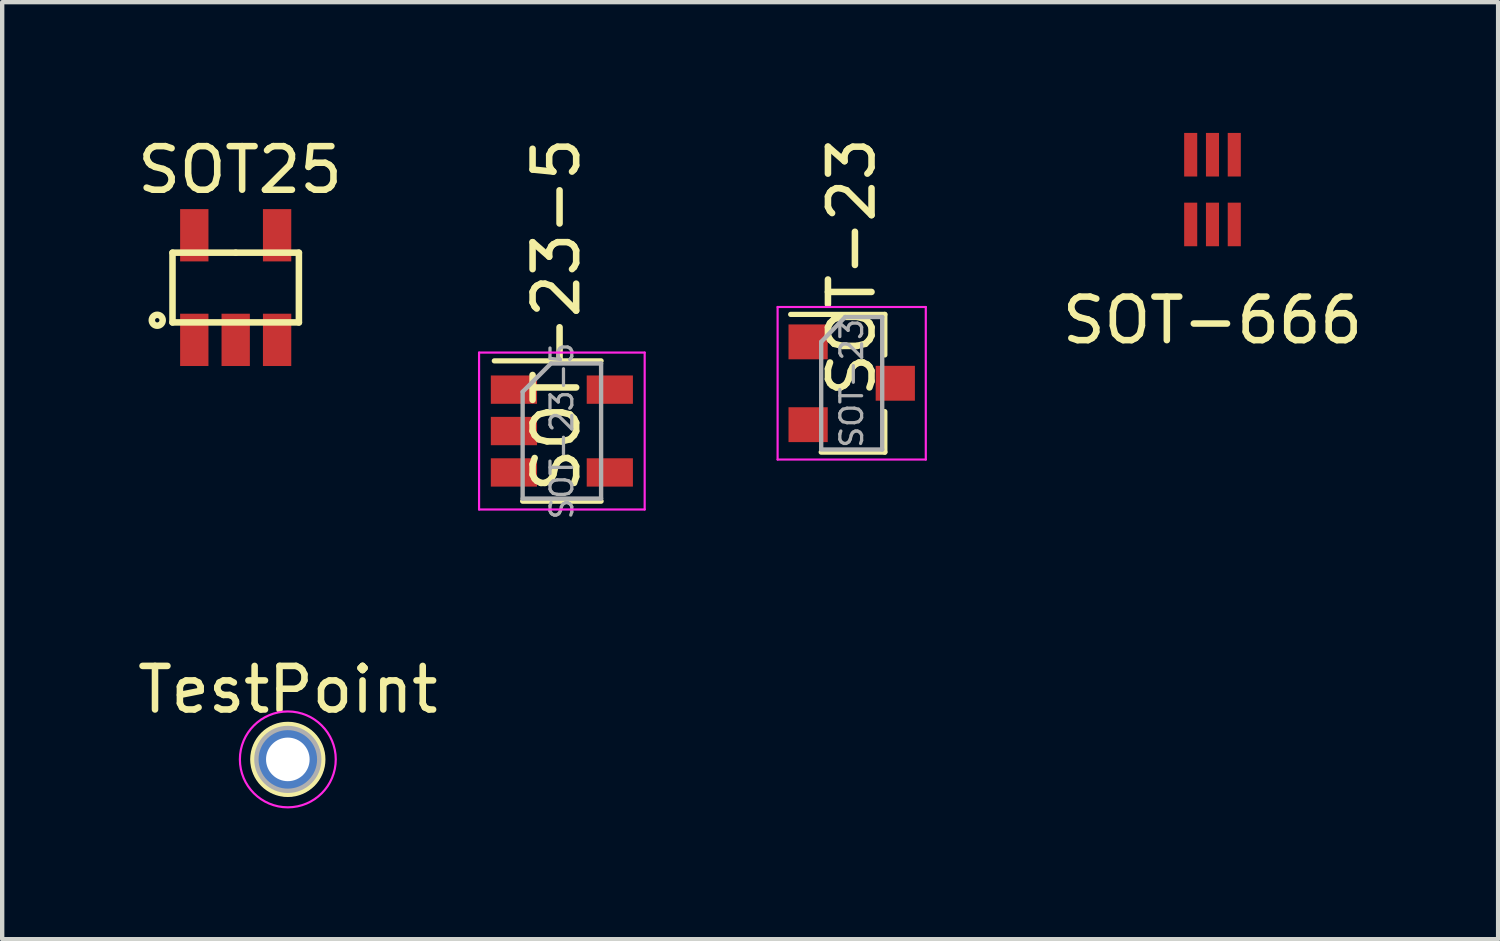
<source format=kicad_pcb>
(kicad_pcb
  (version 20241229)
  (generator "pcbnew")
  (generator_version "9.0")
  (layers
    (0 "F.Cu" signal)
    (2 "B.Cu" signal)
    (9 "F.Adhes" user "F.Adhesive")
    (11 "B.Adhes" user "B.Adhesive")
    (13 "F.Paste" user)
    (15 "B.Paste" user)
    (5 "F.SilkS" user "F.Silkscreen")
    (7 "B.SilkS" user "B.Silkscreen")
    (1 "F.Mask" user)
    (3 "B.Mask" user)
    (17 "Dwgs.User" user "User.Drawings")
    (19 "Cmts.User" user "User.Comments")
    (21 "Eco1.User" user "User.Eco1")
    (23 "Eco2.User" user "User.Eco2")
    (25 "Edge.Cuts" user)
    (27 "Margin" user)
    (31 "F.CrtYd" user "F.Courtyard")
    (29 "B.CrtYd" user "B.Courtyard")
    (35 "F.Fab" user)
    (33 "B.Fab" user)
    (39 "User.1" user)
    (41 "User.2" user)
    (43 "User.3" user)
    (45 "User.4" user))
  (footprint "SOT-666"
    (layer "F.Cu")
    (at 24.77 1.3)
    (property "Reference" "SOT-666" (at 0 3 0) (layer "F.SilkS") (effects (font (size 1 1) (thickness 0.15))))
    (attr through_hole)
    (pad "1" smd rect (at -0.5 0.8) (size 0.3 1) (layers "F.Cu" "F.Mask" "F.Paste"))
    (pad "2" smd rect (at 0 0.8) (size 0.3 1) (layers "F.Cu" "F.Mask" "F.Paste"))
    (pad "3" smd rect (at 0.5 0.8) (size 0.3 1) (layers "F.Cu" "F.Mask" "F.Paste"))
    (pad "4" smd rect (at 0.5 -0.8) (size 0.3 1) (layers "F.Cu" "F.Mask" "F.Paste"))
    (pad "5" smd rect (at 0 -0.8) (size 0.3 1) (layers "F.Cu" "F.Mask" "F.Paste"))
    (pad "6" smd rect (at -0.5 -0.8) (size 0.3 1) (layers "F.Cu" "F.Mask" "F.Paste")))
  (footprint "TestPoint"
    (layer "F.Cu")
    (at 3.554 14.374)
    (property "Reference" "TestPoint" (at 0 -1.6 0) (layer "F.SilkS") (effects (font (size 1 1) (thickness 0.15))))
    (attr through_hole)
    (fp_circle (center 0 0) (end -0.254 -0.762) (stroke (width 0.12) (type solid)) (fill no) (layer "F.SilkS"))
    (fp_circle (center 0 0) (end 1.1 0) (stroke (width 0.05) (type solid)) (fill no) (layer "F.CrtYd"))
    (fp_circle (center 0 0) (end 0.4 0.6) (stroke (width 0.1) (type solid)) (fill no) (layer "F.Fab"))
    (pad "1" thru_hole circle (at 0 0) (size 1.7 1.7) (drill 1) (layers "*.Cu" "*.Mask")))
  (footprint "SOT-23-5"
    (layer "F.Cu")
    (at 9.842 6.84)
    (property "Reference" "SOT-23-5" (at -0.127 -2.667 90) (layer "F.SilkS") (effects (font (size 1 1) (thickness 0.15))))
    (attr smd)
    (fp_line (start -0.9 1.61) (end 0.9 1.61) (stroke (width 0.12) (type solid)) (layer "F.SilkS"))
    (fp_line (start 0.9 -1.61) (end -1.55 -1.61) (stroke (width 0.12) (type solid)) (layer "F.SilkS"))
    (fp_line (start -1.9 -1.8) (end 1.9 -1.8) (stroke (width 0.05) (type solid)) (layer "F.CrtYd"))
    (fp_line (start -1.9 1.8) (end -1.9 -1.8) (stroke (width 0.05) (type solid)) (layer "F.CrtYd"))
    (fp_line (start 1.9 -1.8) (end 1.9 1.8) (stroke (width 0.05) (type solid)) (layer "F.CrtYd"))
    (fp_line (start 1.9 1.8) (end -1.9 1.8) (stroke (width 0.05) (type solid)) (layer "F.CrtYd"))
    (fp_line (start -0.9 -0.9) (end -0.9 1.55) (stroke (width 0.1) (type solid)) (layer "F.Fab"))
    (fp_line (start -0.9 -0.9) (end -0.25 -1.55) (stroke (width 0.1) (type solid)) (layer "F.Fab"))
    (fp_line (start 0.9 -1.55) (end -0.25 -1.55) (stroke (width 0.1) (type solid)) (layer "F.Fab"))
    (fp_line (start 0.9 -1.55) (end 0.9 1.55) (stroke (width 0.1) (type solid)) (layer "F.Fab"))
    (fp_line (start 0.9 1.55) (end -0.9 1.55) (stroke (width 0.1) (type solid)) (layer "F.Fab"))
    (fp_text user "${REFERENCE}" (at 0 0 90) (layer "F.Fab") (effects (font (size 0.5 0.5) (thickness 0.075))))
    (pad "1" smd rect (at -1.1 -0.95) (size 1.06 0.65) (layers "F.Cu" "F.Mask" "F.Paste"))
    (pad "2" smd rect (at -1.1 0) (size 1.06 0.65) (layers "F.Cu" "F.Mask" "F.Paste"))
    (pad "3" smd rect (at -1.1 0.95) (size 1.06 0.65) (layers "F.Cu" "F.Mask" "F.Paste"))
    (pad "4" smd rect (at 1.1 0.95) (size 1.06 0.65) (layers "F.Cu" "F.Mask" "F.Paste"))
    (pad "5" smd rect (at 1.1 -0.95) (size 1.06 0.65) (layers "F.Cu" "F.Mask" "F.Paste")))
  (footprint "SOT-23"
    (layer "F.Cu")
    (at 16.492 5.744)
    (property "Reference" "SOT-23" (at 0 -2.667 270) (layer "F.SilkS") (effects (font (size 1 1) (thickness 0.15))))
    (attr smd)
    (fp_line (start 0.76 -1.58) (end -1.4 -1.58) (stroke (width 0.12) (type solid)) (layer "F.SilkS"))
    (fp_line (start 0.76 -1.58) (end 0.76 -0.65) (stroke (width 0.12) (type solid)) (layer "F.SilkS"))
    (fp_line (start 0.76 1.58) (end -0.7 1.58) (stroke (width 0.12) (type solid)) (layer "F.SilkS"))
    (fp_line (start 0.76 1.58) (end 0.76 0.65) (stroke (width 0.12) (type solid)) (layer "F.SilkS"))
    (fp_line (start -1.7 -1.75) (end 1.7 -1.75) (stroke (width 0.05) (type solid)) (layer "F.CrtYd"))
    (fp_line (start -1.7 1.75) (end -1.7 -1.75) (stroke (width 0.05) (type solid)) (layer "F.CrtYd"))
    (fp_line (start 1.7 -1.75) (end 1.7 1.75) (stroke (width 0.05) (type solid)) (layer "F.CrtYd"))
    (fp_line (start 1.7 1.75) (end -1.7 1.75) (stroke (width 0.05) (type solid)) (layer "F.CrtYd"))
    (fp_line (start -0.7 -0.95) (end -0.7 1.5) (stroke (width 0.1) (type solid)) (layer "F.Fab"))
    (fp_line (start -0.7 -0.95) (end -0.15 -1.52) (stroke (width 0.1) (type solid)) (layer "F.Fab"))
    (fp_line (start -0.7 1.52) (end 0.7 1.52) (stroke (width 0.1) (type solid)) (layer "F.Fab"))
    (fp_line (start -0.15 -1.52) (end 0.7 -1.52) (stroke (width 0.1) (type solid)) (layer "F.Fab"))
    (fp_line (start 0.7 -1.52) (end 0.7 1.52) (stroke (width 0.1) (type solid)) (layer "F.Fab"))
    (fp_text user "${REFERENCE}" (at 0 0 90) (layer "F.Fab") (effects (font (size 0.5 0.5) (thickness 0.075))))
    (pad "1" smd rect (at -1 -0.95) (size 0.9 0.8) (layers "F.Cu" "F.Mask" "F.Paste"))
    (pad "2" smd rect (at -1 0.95) (size 0.9 0.8) (layers "F.Cu" "F.Mask" "F.Paste"))
    (pad "3" smd rect (at 1 0) (size 0.9 0.8) (layers "F.Cu" "F.Mask" "F.Paste")))
  (footprint "SOT25"
    (layer "F.Cu")
    (at 2.358 3.548)
    (property "Reference" "SOT25" (at 0.1 -2.7 0) (layer "F.SilkS") (effects (font (size 1 1) (thickness 0.15))))
    (attr smd)
    (fp_line (start -1.45 -0.8) (end -1.45 0.8) (stroke (width 0.15) (type solid)) (layer "F.SilkS"))
    (fp_line (start -1.45 0.8) (end 1.45 0.8) (stroke (width 0.15) (type solid)) (layer "F.SilkS"))
    (fp_line (start 0 -0.8) (end -1.45 -0.8) (stroke (width 0.15) (type solid)) (layer "F.SilkS"))
    (fp_line (start 1.45 -0.8) (end 0 -0.8) (stroke (width 0.15) (type solid)) (layer "F.SilkS"))
    (fp_line (start 1.45 0.8) (end 1.45 -0.8) (stroke (width 0.15) (type solid)) (layer "F.SilkS"))
    (fp_circle (center -1.8 0.75) (end -1.75 0.75) (stroke (width 0.15) (type solid)) (fill no) (layer "F.SilkS"))
    (pad "1" smd rect (at -0.95 1.2) (size 0.65 1.2) (layers "F.Cu" "F.Mask" "F.Paste"))
    (pad "2" smd rect (at 0 1.2) (size 0.65 1.2) (layers "F.Cu" "F.Mask" "F.Paste"))
    (pad "3" smd rect (at 0.95 1.2) (size 0.65 1.2) (layers "F.Cu" "F.Mask" "F.Paste"))
    (pad "4" smd rect (at 0.95 -1.2) (size 0.65 1.2) (layers "F.Cu" "F.Mask" "F.Paste"))
    (pad "5" smd rect (at -0.95 -1.2) (size 0.65 1.2) (layers "F.Cu" "F.Mask" "F.Paste")))
  (gr_rect
    (start -3 -3)
    (end 31.324 18.499)
    (stroke (width 0.1) (type default))
    (fill no)
    (layer "Edge.Cuts")))
</source>
